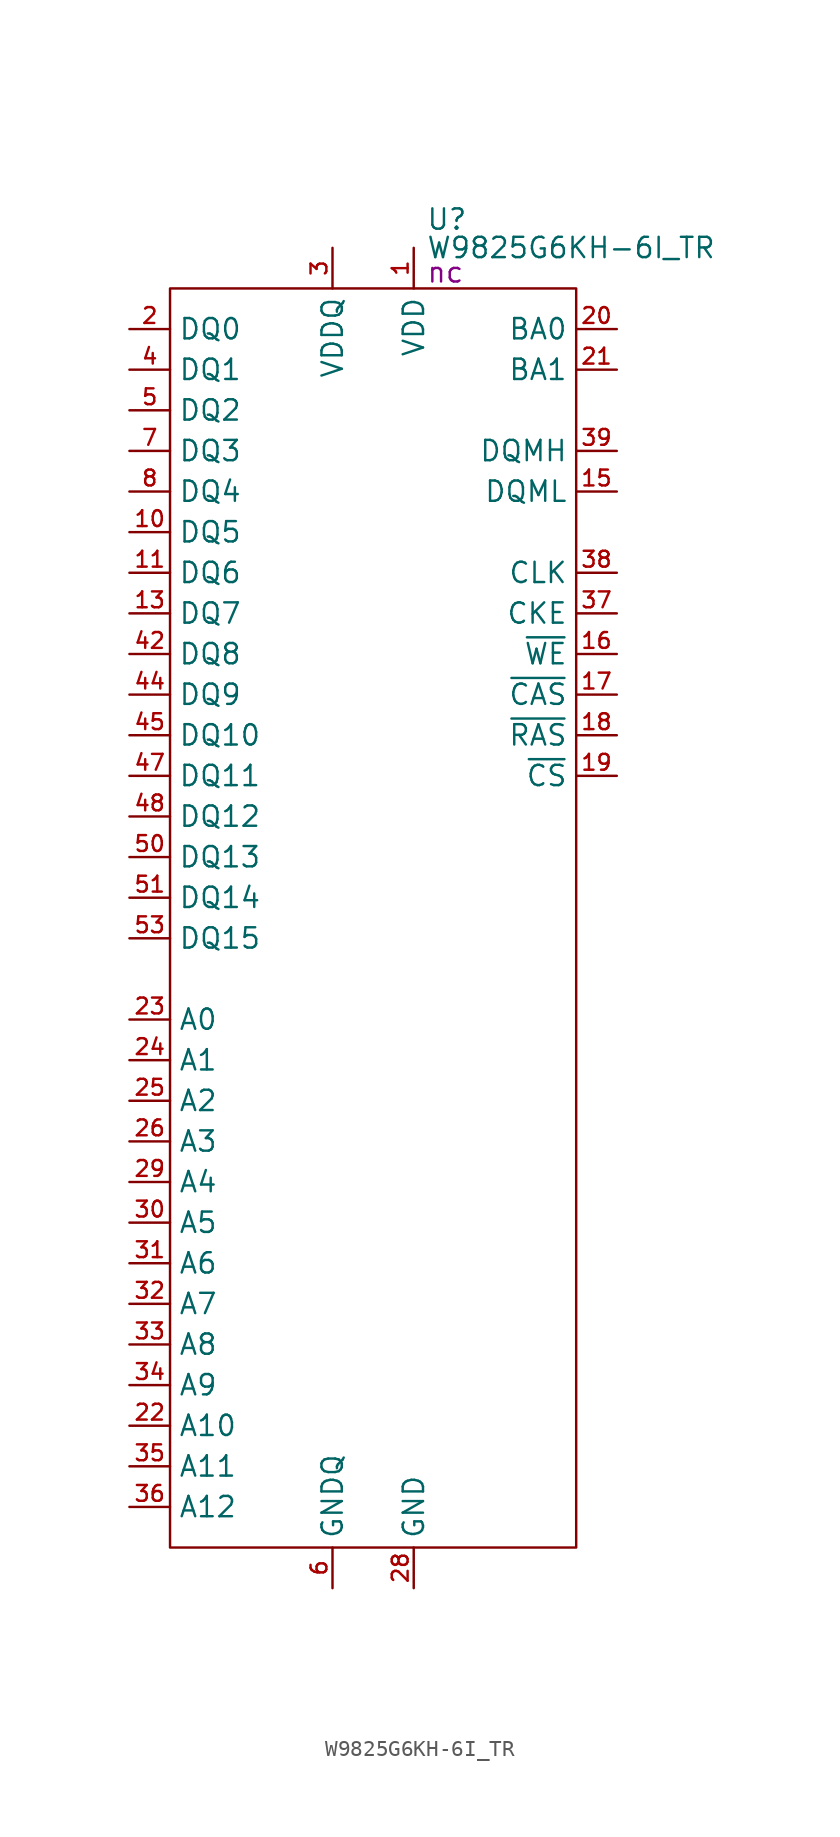
<source format=kicad_sym>
(kicad_symbol_lib
  (version 20231120)
  (generator "kicad_symbol_editor")
  (generator_version "8.0")
  (symbol "W9825G6KH-6I_TR"
    (property "Reference" "U"
      (at 16.002 4.318 0)
      (effects (font (size 1.27 1.27)) (justify left)))
    (property "Value" "W9825G6KH-6I_TR"
      (at 16.002 2.54 0)
      (effects (font (size 1.27 1.27)) (justify left)))
    (property "PartNumber" "nc"
      (at 16.002 1.016 0)
      (effects (font (size 1.27 1.27)) (justify left)))
    (symbol "W9825G6KH-6I_TR_0_0"
      (pin power_in line (at 15.24 2.54 270) (length 2.54) (name "VDD" (effects (font (size 1.27 1.27)))) (number "1" (effects (font (size 0.991 0.991)))))
      (pin bidirectional line (at -2.54 -15.24 0) (length 2.54) (name "DQ5" (effects (font (size 1.27 1.27)))) (number "10" (effects (font (size 0.991 0.991)))))
      (pin bidirectional line (at -2.54 -17.78 0) (length 2.54) (name "DQ6" (effects (font (size 1.27 1.27)))) (number "11" (effects (font (size 0.991 0.991)))))
      (pin power_in line (at 10.16 -81.28 90) (length 2.54) hide (name "GNDQ" (effects (font (size 1.27 1.27)))) (number "12" (effects (font (size 0.991 0.991)))))
      (pin bidirectional line (at -2.54 -20.32 0) (length 2.54) (name "DQ7" (effects (font (size 1.27 1.27)))) (number "13" (effects (font (size 0.991 0.991)))))
      (pin power_in line (at 15.24 2.54 270) (length 2.54) hide (name "VDD" (effects (font (size 1.27 1.27)))) (number "14" (effects (font (size 0.991 0.991)))))
      (pin input line (at 27.94 -12.7 180) (length 2.54) (name "DQML" (effects (font (size 1.27 1.27)))) (number "15" (effects (font (size 0.991 0.991)))))
      (pin input line (at 27.94 -22.86 180) (length 2.54) (name "~{WE}" (effects (font (size 1.27 1.27)))) (number "16" (effects (font (size 0.991 0.991)))))
      (pin input line (at 27.94 -25.4 180) (length 2.54) (name "~{CAS}" (effects (font (size 1.27 1.27)))) (number "17" (effects (font (size 0.991 0.991)))))
      (pin input line (at 27.94 -27.94 180) (length 2.54) (name "~{RAS}" (effects (font (size 1.27 1.27)))) (number "18" (effects (font (size 0.991 0.991)))))
      (pin input line (at 27.94 -30.48 180) (length 2.54) (name "~{CS}" (effects (font (size 1.27 1.27)))) (number "19" (effects (font (size 0.991 0.991)))))
      (pin bidirectional line (at -2.54 -2.54 0) (length 2.54) (name "DQ0" (effects (font (size 1.27 1.27)))) (number "2" (effects (font (size 0.991 0.991)))))
      (pin input line (at 27.94 -2.54 180) (length 2.54) (name "BA0" (effects (font (size 1.27 1.27)))) (number "20" (effects (font (size 0.991 0.991)))))
      (pin input line (at 27.94 -5.08 180) (length 2.54) (name "BA1" (effects (font (size 1.27 1.27)))) (number "21" (effects (font (size 0.991 0.991)))))
      (pin input line (at -2.54 -71.12 0) (length 2.54) (name "A10" (effects (font (size 1.27 1.27)))) (number "22" (effects (font (size 0.991 0.991)))))
      (pin input line (at -2.54 -45.72 0) (length 2.54) (name "A0" (effects (font (size 1.27 1.27)))) (number "23" (effects (font (size 0.991 0.991)))))
      (pin input line (at -2.54 -48.26 0) (length 2.54) (name "A1" (effects (font (size 1.27 1.27)))) (number "24" (effects (font (size 0.991 0.991)))))
      (pin input line (at -2.54 -50.8 0) (length 2.54) (name "A2" (effects (font (size 1.27 1.27)))) (number "25" (effects (font (size 0.991 0.991)))))
      (pin input line (at -2.54 -53.34 0) (length 2.54) (name "A3" (effects (font (size 1.27 1.27)))) (number "26" (effects (font (size 0.991 0.991)))))
      (pin power_in line (at 15.24 2.54 270) (length 2.54) hide (name "VDD" (effects (font (size 1.27 1.27)))) (number "27" (effects (font (size 0.991 0.991)))))
      (pin power_in line (at 15.24 -81.28 90) (length 2.54) (name "GND" (effects (font (size 1.27 1.27)))) (number "28" (effects (font (size 0.991 0.991)))))
      (pin input line (at -2.54 -55.88 0) (length 2.54) (name "A4" (effects (font (size 1.27 1.27)))) (number "29" (effects (font (size 0.991 0.991)))))
      (pin power_in line (at 10.16 2.54 270) (length 2.54) (name "VDDQ" (effects (font (size 1.27 1.27)))) (number "3" (effects (font (size 0.991 0.991)))))
      (pin input line (at -2.54 -58.42 0) (length 2.54) (name "A5" (effects (font (size 1.27 1.27)))) (number "30" (effects (font (size 0.991 0.991)))))
      (pin input line (at -2.54 -60.96 0) (length 2.54) (name "A6" (effects (font (size 1.27 1.27)))) (number "31" (effects (font (size 0.991 0.991)))))
      (pin input line (at -2.54 -63.5 0) (length 2.54) (name "A7" (effects (font (size 1.27 1.27)))) (number "32" (effects (font (size 0.991 0.991)))))
      (pin input line (at -2.54 -66.04 0) (length 2.54) (name "A8" (effects (font (size 1.27 1.27)))) (number "33" (effects (font (size 0.991 0.991)))))
      (pin input line (at -2.54 -68.58 0) (length 2.54) (name "A9" (effects (font (size 1.27 1.27)))) (number "34" (effects (font (size 0.991 0.991)))))
      (pin input line (at -2.54 -73.66 0) (length 2.54) (name "A11" (effects (font (size 1.27 1.27)))) (number "35" (effects (font (size 0.991 0.991)))))
      (pin input line (at -2.54 -76.2 0) (length 2.54) (name "A12" (effects (font (size 1.27 1.27)))) (number "36" (effects (font (size 0.991 0.991)))))
      (pin input line (at 27.94 -20.32 180) (length 2.54) (name "CKE" (effects (font (size 1.27 1.27)))) (number "37" (effects (font (size 0.991 0.991)))))
      (pin input line (at 27.94 -17.78 180) (length 2.54) (name "CLK" (effects (font (size 1.27 1.27)))) (number "38" (effects (font (size 0.991 0.991)))))
      (pin input line (at 27.94 -10.16 180) (length 2.54) (name "DQMH" (effects (font (size 1.27 1.27)))) (number "39" (effects (font (size 0.991 0.991)))))
      (pin bidirectional line (at -2.54 -5.08 0) (length 2.54) (name "DQ1" (effects (font (size 1.27 1.27)))) (number "4" (effects (font (size 0.991 0.991)))))
      (pin no_connect line (at 10.16 -12.7 0) (length 2.54) hide (name "NC" (effects (font (size 1.27 1.27)))) (number "40" (effects (font (size 0.991 0.991)))))
      (pin power_in line (at 15.24 -81.28 90) (length 2.54) hide (name "GND" (effects (font (size 1.27 1.27)))) (number "41" (effects (font (size 0.991 0.991)))))
      (pin bidirectional line (at -2.54 -22.86 0) (length 2.54) (name "DQ8" (effects (font (size 1.27 1.27)))) (number "42" (effects (font (size 0.991 0.991)))))
      (pin power_in line (at 10.16 2.54 270) (length 2.54) hide (name "VDDQ" (effects (font (size 1.27 1.27)))) (number "43" (effects (font (size 0.991 0.991)))))
      (pin bidirectional line (at -2.54 -25.4 0) (length 2.54) (name "DQ9" (effects (font (size 1.27 1.27)))) (number "44" (effects (font (size 0.991 0.991)))))
      (pin bidirectional line (at -2.54 -27.94 0) (length 2.54) (name "DQ10" (effects (font (size 1.27 1.27)))) (number "45" (effects (font (size 0.991 0.991)))))
      (pin power_in line (at 10.16 -81.28 90) (length 2.54) hide (name "GNDQ" (effects (font (size 1.27 1.27)))) (number "46" (effects (font (size 0.991 0.991)))))
      (pin bidirectional line (at -2.54 -30.48 0) (length 2.54) (name "DQ11" (effects (font (size 1.27 1.27)))) (number "47" (effects (font (size 0.991 0.991)))))
      (pin bidirectional line (at -2.54 -33.02 0) (length 2.54) (name "DQ12" (effects (font (size 1.27 1.27)))) (number "48" (effects (font (size 0.991 0.991)))))
      (pin power_in line (at 10.16 2.54 270) (length 2.54) hide (name "VDDQ" (effects (font (size 1.27 1.27)))) (number "49" (effects (font (size 0.991 0.991)))))
      (pin bidirectional line (at -2.54 -7.62 0) (length 2.54) (name "DQ2" (effects (font (size 1.27 1.27)))) (number "5" (effects (font (size 0.991 0.991)))))
      (pin bidirectional line (at -2.54 -35.56 0) (length 2.54) (name "DQ13" (effects (font (size 1.27 1.27)))) (number "50" (effects (font (size 0.991 0.991)))))
      (pin bidirectional line (at -2.54 -38.1 0) (length 2.54) (name "DQ14" (effects (font (size 1.27 1.27)))) (number "51" (effects (font (size 0.991 0.991)))))
      (pin power_in line (at 10.16 -81.28 90) (length 2.54) hide (name "GNDQ" (effects (font (size 1.27 1.27)))) (number "52" (effects (font (size 0.991 0.991)))))
      (pin bidirectional line (at -2.54 -40.64 0) (length 2.54) (name "DQ15" (effects (font (size 1.27 1.27)))) (number "53" (effects (font (size 0.991 0.991)))))
      (pin power_in line (at 15.24 -81.28 90) (length 2.54) hide (name "GND" (effects (font (size 1.27 1.27)))) (number "54" (effects (font (size 0.991 0.991)))))
      (pin power_in line (at 10.16 -81.28 90) (length 2.54) (name "GNDQ" (effects (font (size 1.27 1.27)))) (number "6" (effects (font (size 0.991 0.991)))))
      (pin bidirectional line (at -2.54 -10.16 0) (length 2.54) (name "DQ3" (effects (font (size 1.27 1.27)))) (number "7" (effects (font (size 0.991 0.991)))))
      (pin bidirectional line (at -2.54 -12.7 0) (length 2.54) (name "DQ4" (effects (font (size 1.27 1.27)))) (number "8" (effects (font (size 0.991 0.991)))))
      (pin power_in line (at 10.16 2.54 270) (length 2.54) hide (name "VDDQ" (effects (font (size 1.27 1.27)))) (number "9" (effects (font (size 0.991 0.991))))))
    (symbol "W9825G6KH-6I_TR_0_1"
      (rectangle (start 0 0) (end 25.4 -78.74) (stroke (width 0) (type default)) (fill (type none))))))
</source>
